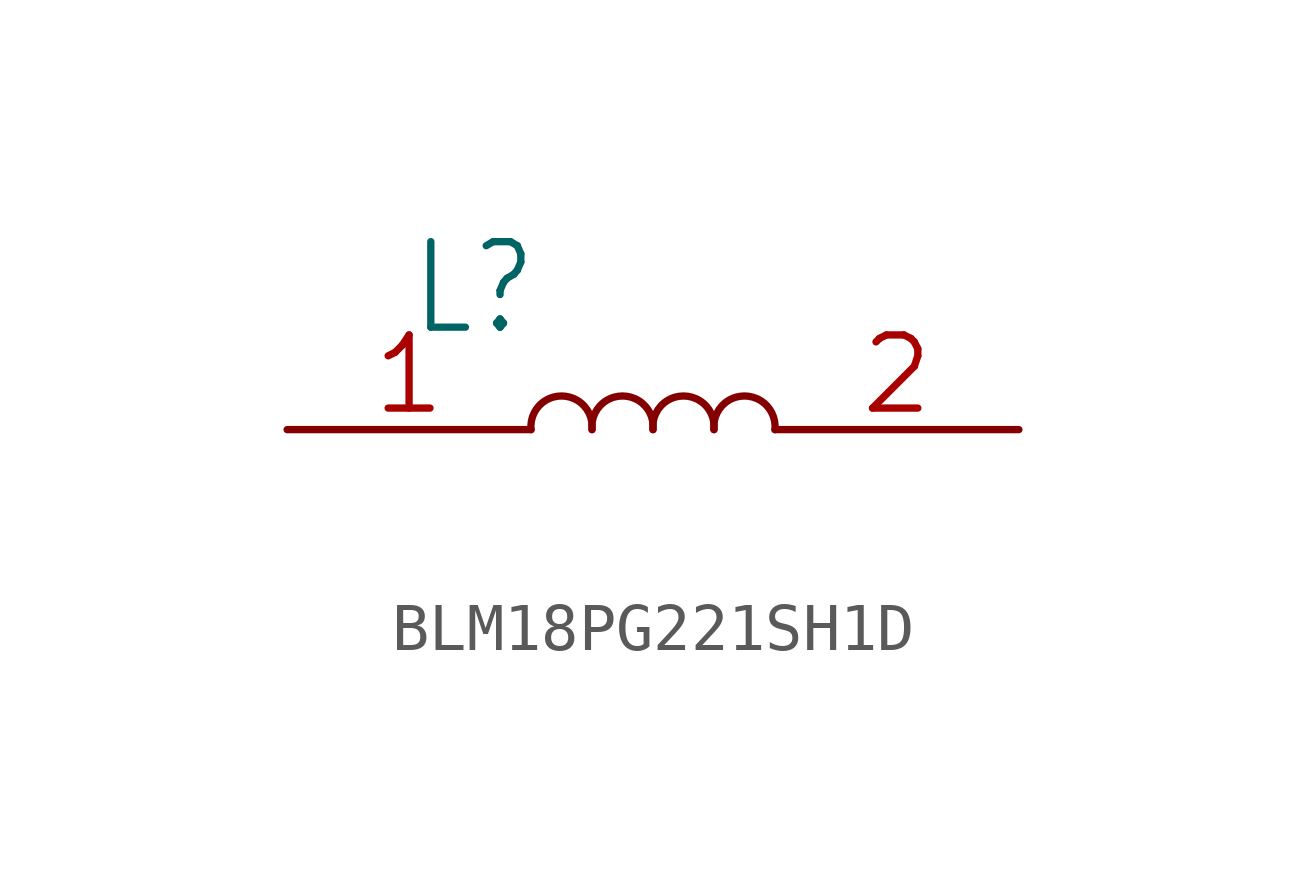
<source format=kicad_sym>
(kicad_symbol_lib
  (version 20241209)
  (generator "kicad_symbol_editor")
  (generator_version "9.0")
  (symbol "BLM18PG221SH1D"
    (property "Reference" "L"
      (at -5.088 1.908 0)
      (effects (font (size 1.781 1.514)) (justify left bottom)))
    (property "Value" ""
      (at -5.085 -2.543 0)
      (effects (font (size 1.78 1.513)) (justify left bottom)))
    (property "ki_locked" ""
      (at 0 0 0)
      (effects (font (size 1.27 1.27))))
    (symbol "BLM18PG221SH1D_1_0"
      (arc (start -2.54 0) (mid -1.9049 0.7016) (end -1.27 -0.0002) (stroke (width 0.1524) (type solid)) (fill (type none)))
      (arc (start -1.27 0) (mid -0.6349 0.7016) (end 0 -0.0002) (stroke (width 0.1524) (type solid)) (fill (type none)))
      (arc (start 0 0) (mid 0.6351 0.7016) (end 1.27 -0.0002) (stroke (width 0.1524) (type solid)) (fill (type none)))
      (arc (start 1.27 0) (mid 1.9051 0.7016) (end 2.54 -0.0002) (stroke (width 0.1524) (type solid)) (fill (type none)))
      (pin passive line (at -7.62 0 0) (length 5.08) (name "1" (effects (font (size 0 0)))) (number "1" (effects (font (size 1.524 1.524)))))
      (pin passive line (at 7.62 0 180) (length 5.08) (name "2" (effects (font (size 0 0)))) (number "2" (effects (font (size 1.524 1.524))))))))
</source>
